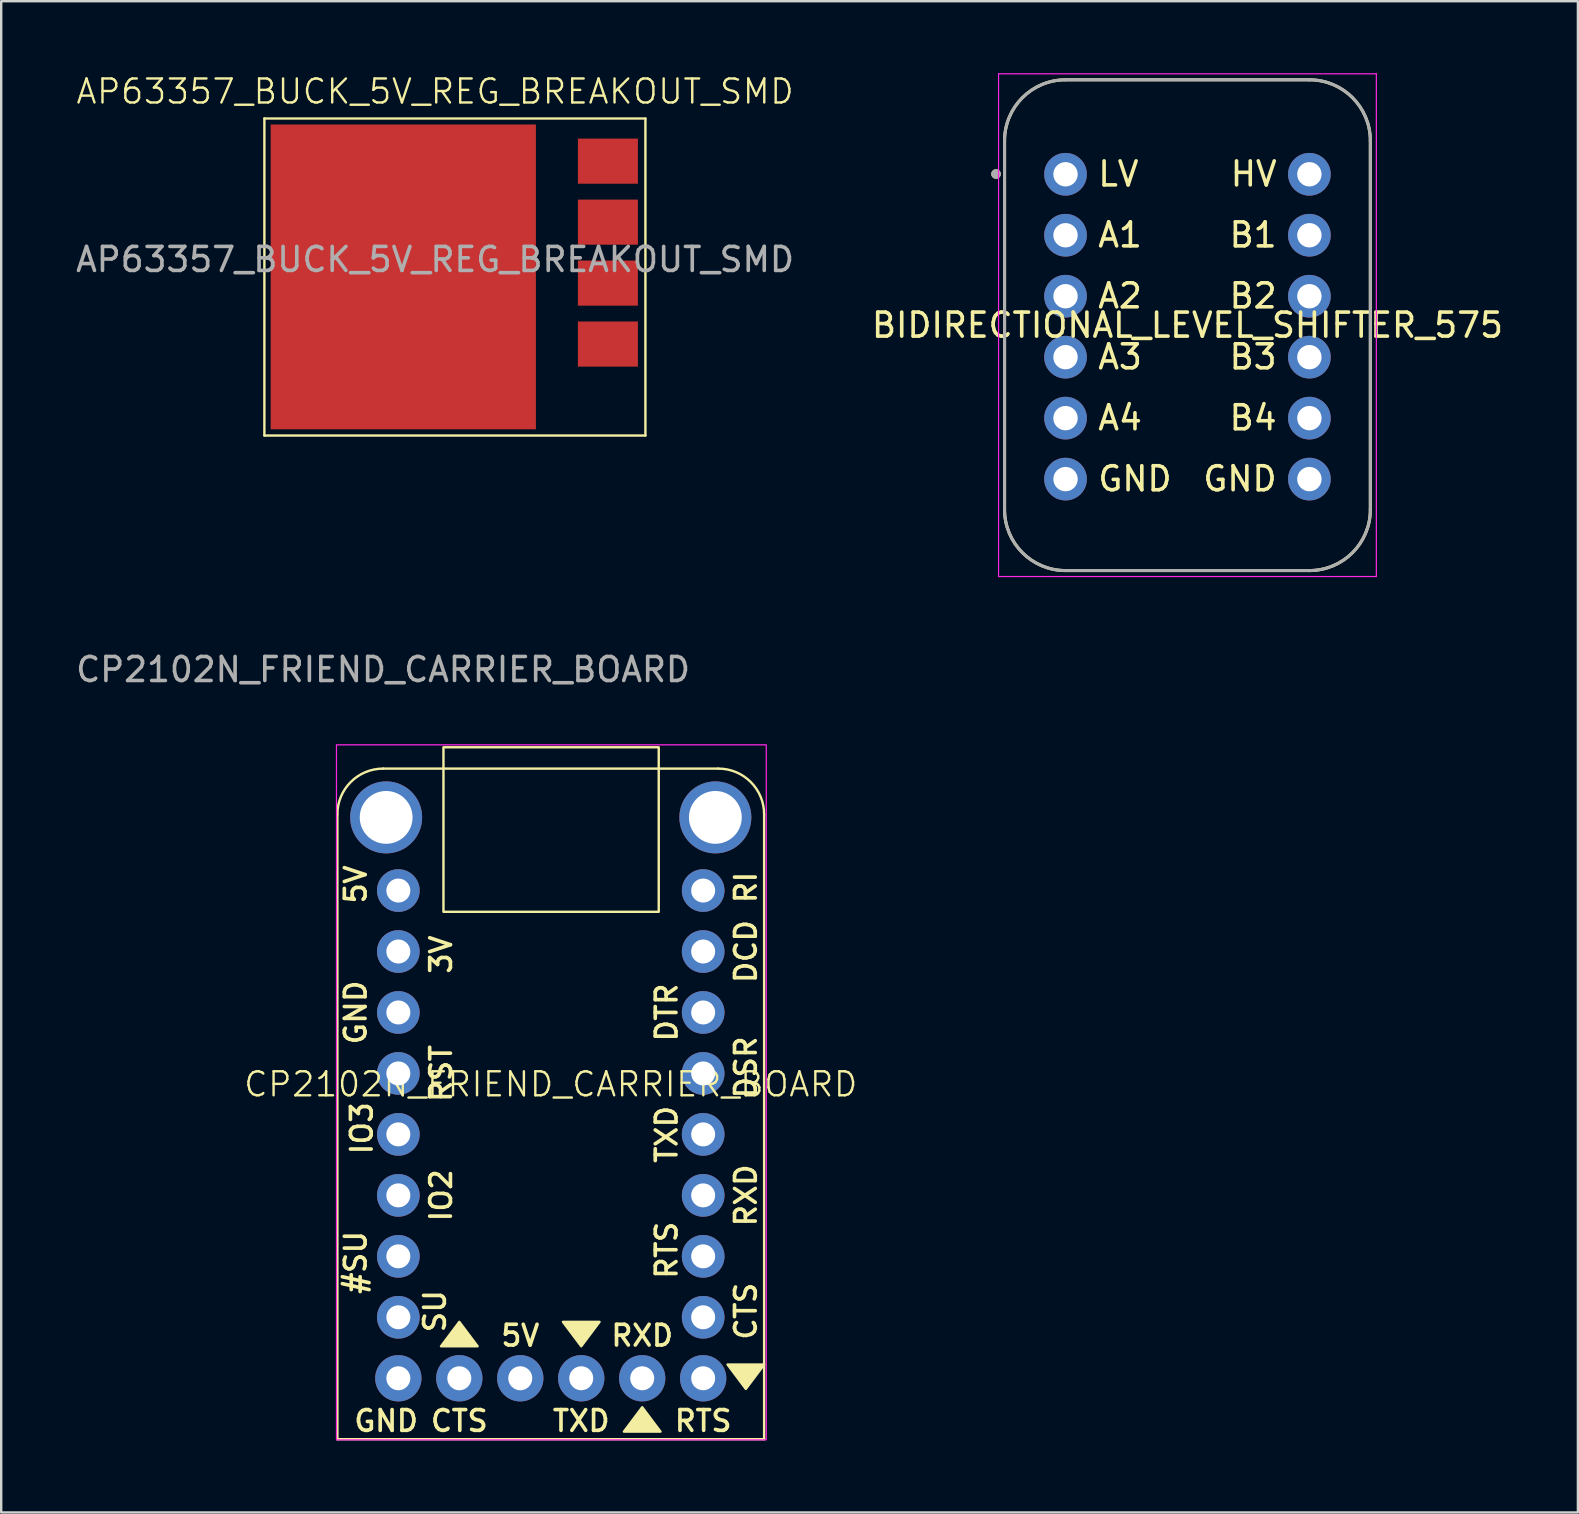
<source format=kicad_pcb>
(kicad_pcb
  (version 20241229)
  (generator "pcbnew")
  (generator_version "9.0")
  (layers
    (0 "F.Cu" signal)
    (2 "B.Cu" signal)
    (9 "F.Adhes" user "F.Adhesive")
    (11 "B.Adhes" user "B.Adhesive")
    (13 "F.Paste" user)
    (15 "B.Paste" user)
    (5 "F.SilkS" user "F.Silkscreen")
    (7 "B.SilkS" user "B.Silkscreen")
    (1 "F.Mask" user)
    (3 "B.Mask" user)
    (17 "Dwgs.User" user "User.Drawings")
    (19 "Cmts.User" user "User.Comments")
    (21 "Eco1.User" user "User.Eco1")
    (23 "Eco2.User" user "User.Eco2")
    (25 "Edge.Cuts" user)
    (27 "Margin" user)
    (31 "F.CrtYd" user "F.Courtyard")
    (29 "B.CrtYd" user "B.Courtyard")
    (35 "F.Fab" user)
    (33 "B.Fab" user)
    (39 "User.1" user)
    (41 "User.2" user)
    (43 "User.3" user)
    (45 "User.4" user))
  (footprint "CP2102N_FRIEND_CARRIER_BOARD"
    (layer "F.Cu")
    (at 19.896 42.625)
    (property "Reference" "CP2102N_FRIEND_CARRIER_BOARD" (at 0 -0.5 0) (unlocked yes) (layer "F.SilkS") (effects (font (size 1 1) (thickness 0.1))))
    (attr through_hole)
    (fp_line (start -8.89 14.287) (end -8.89 -11.748) (stroke (width 0.1) (type solid)) (layer "F.SilkS"))
    (fp_line (start -6.985 -13.652) (end 6.985 -13.652) (stroke (width 0.1) (type solid)) (layer "F.SilkS"))
    (fp_line (start 8.89 -11.748) (end 8.89 14.287) (stroke (width 0.1) (type solid)) (layer "F.SilkS"))
    (fp_line (start 8.89 14.287) (end -8.89 14.287) (stroke (width 0.1) (type solid)) (layer "F.SilkS"))
    (fp_rect (start -4.47 -14.541) (end 4.499 -7.686) (stroke (width 0.1) (type default)) (fill no) (layer "F.SilkS"))
    (fp_arc (start -8.89 -11.7475) (mid -8.332038 -13.094538) (end -6.985 -13.6525) (stroke (width 0.1) (type solid)) (layer "F.SilkS"))
    (fp_arc (start 6.985 -13.6525) (mid 8.332038 -13.094538) (end 8.89 -11.7475) (stroke (width 0.1) (type solid)) (layer "F.SilkS"))
    (fp_poly (pts (xy -3.81 9.398) (xy -4.572 10.414) (xy -3.048 10.414)) (stroke (width 0.1) (type solid)) (fill yes) (layer "F.SilkS"))
    (fp_poly (pts (xy 1.27 10.414) (xy 2.032 9.398) (xy 0.508 9.398)) (stroke (width 0.1) (type solid)) (fill yes) (layer "F.SilkS"))
    (fp_poly (pts (xy 3.81 12.954) (xy 3.048 13.97) (xy 4.572 13.97)) (stroke (width 0.1) (type solid)) (fill yes) (layer "F.SilkS"))
    (fp_poly (pts (xy 8.128 12.192) (xy 8.89 11.176) (xy 7.366 11.176)) (stroke (width 0.1) (type solid)) (fill yes) (layer "F.SilkS"))
    (fp_rect (start -8.928 -14.643) (end 8.979 14.313) (stroke (width 0.05) (type default)) (fill no) (layer "F.CrtYd"))
    (fp_text user "GND" (at -8.128 -3.493 90) (unlocked yes) (layer "F.SilkS") (effects (font (size 0.864 0.864) (thickness 0.152))))
    (fp_text user "RXD" (at 3.81 9.97 0) (unlocked yes) (layer "F.SilkS") (effects (font (size 0.864 0.864) (thickness 0.152))))
    (fp_text user "SU" (at -4.826 8.954 90) (unlocked yes) (layer "F.SilkS") (effects (font (size 0.864 0.864) (thickness 0.152))))
    (fp_text user "5V" (at -1.27 9.97 0) (unlocked yes) (layer "F.SilkS") (effects (font (size 0.864 0.864) (thickness 0.152))))
    (fp_text user "RTS" (at 6.35 13.525 0) (unlocked yes) (layer "F.SilkS") (effects (font (size 0.864 0.864) (thickness 0.152))))
    (fp_text user "IO2" (at -4.572 4.128 90) (unlocked yes) (layer "F.SilkS") (effects (font (size 0.864 0.864) (thickness 0.152))))
    (fp_text user "CTS" (at -3.81 13.525 0) (unlocked yes) (layer "F.SilkS") (effects (font (size 0.864 0.864) (thickness 0.152))))
    (fp_text user "RI" (at 8.128 -8.7 90) (unlocked yes) (layer "F.SilkS") (effects (font (size 0.864 0.864) (thickness 0.152))))
    (fp_text user "3V" (at -4.572 -5.905 90) (unlocked yes) (layer "F.SilkS") (effects (font (size 0.864 0.864) (thickness 0.152))))
    (fp_text user "RTS" (at 4.826 6.413 90) (unlocked yes) (layer "F.SilkS") (effects (font (size 0.864 0.864) (thickness 0.152))))
    (fp_text user "CTS" (at 8.128 8.954 90) (unlocked yes) (layer "F.SilkS") (effects (font (size 0.864 0.864) (thickness 0.152))))
    (fp_text user "DCD" (at 8.128 -6.032 90) (unlocked yes) (layer "F.SilkS") (effects (font (size 0.864 0.864) (thickness 0.152))))
    (fp_text user "TXD" (at 1.27 13.525 0) (unlocked yes) (layer "F.SilkS") (effects (font (size 0.864 0.864) (thickness 0.152))))
    (fp_text user "#SU" (at -8.128 6.921 90) (unlocked yes) (layer "F.SilkS") (effects (font (size 0.864 0.864) (thickness 0.152))))
    (fp_text user "DTR" (at 4.826 -3.493 90) (unlocked yes) (layer "F.SilkS") (effects (font (size 0.864 0.864) (thickness 0.152))))
    (fp_text user "5V" (at -8.128 -8.826 90) (unlocked yes) (layer "F.SilkS") (effects (font (size 0.864 0.864) (thickness 0.152))))
    (fp_text user "GND" (at -6.858 13.525 0) (unlocked yes) (layer "F.SilkS") (effects (font (size 0.864 0.864) (thickness 0.152))))
    (fp_text user "TXD" (at 4.826 1.587 90) (unlocked yes) (layer "F.SilkS") (effects (font (size 0.864 0.864) (thickness 0.152))))
    (fp_text user "DSR" (at 8.128 -1.206 90) (unlocked yes) (layer "F.SilkS") (effects (font (size 0.864 0.864) (thickness 0.152))))
    (fp_text user "RST" (at -4.572 -0.953 90) (unlocked yes) (layer "F.SilkS") (effects (font (size 0.864 0.864) (thickness 0.152))))
    (fp_text user "RXD" (at 8.128 4.128 90) (unlocked yes) (layer "F.SilkS") (effects (font (size 0.864 0.864) (thickness 0.152))))
    (fp_text user "IO3" (at -7.874 1.333 90) (unlocked yes) (layer "F.SilkS") (effects (font (size 0.864 0.864) (thickness 0.152))))
    (fp_text user "${REFERENCE}" (at -6.985 -17.78 0) (unlocked yes) (layer "F.Fab") (effects (font (size 1 1) (thickness 0.15))))
    (pad "1" thru_hole circle (at -6.35 -8.572) (size 1.778 1.778) (drill 1) (layers "*.Cu" "*.Mask"))
    (pad "2" thru_hole circle (at -6.35 -6.032) (size 1.778 1.778) (drill 1) (layers "*.Cu" "*.Mask"))
    (pad "3" thru_hole circle (at -6.35 -3.493) (size 1.778 1.778) (drill 1) (layers "*.Cu" "*.Mask"))
    (pad "4" thru_hole circle (at -6.35 -0.953) (size 1.778 1.778) (drill 1) (layers "*.Cu" "*.Mask"))
    (pad "5" thru_hole circle (at -6.35 1.587) (size 1.778 1.778) (drill 1) (layers "*.Cu" "*.Mask"))
    (pad "6" thru_hole circle (at -6.35 4.128) (size 1.778 1.778) (drill 1) (layers "*.Cu" "*.Mask"))
    (pad "7" thru_hole circle (at -6.35 6.668) (size 1.778 1.778) (drill 1) (layers "*.Cu" "*.Mask"))
    (pad "8" thru_hole circle (at -6.35 9.207) (size 1.778 1.778) (drill 1) (layers "*.Cu" "*.Mask"))
    (pad "9" thru_hole circle (at -6.35 11.748 90) (size 1.93 1.93) (drill 1) (layers "*.Cu" "*.Mask"))
    (pad "10" thru_hole circle (at -3.81 11.748 90) (size 1.93 1.93) (drill 1) (layers "*.Cu" "*.Mask"))
    (pad "11" thru_hole circle (at -1.27 11.748 90) (size 1.93 1.93) (drill 1) (layers "*.Cu" "*.Mask"))
    (pad "12" thru_hole circle (at 1.27 11.748 90) (size 1.93 1.93) (drill 1) (layers "*.Cu" "*.Mask"))
    (pad "13" thru_hole circle (at 3.81 11.748 90) (size 1.93 1.93) (drill 1) (layers "*.Cu" "*.Mask"))
    (pad "14" thru_hole circle (at 6.35 11.748 90) (size 1.93 1.93) (drill 1) (layers "*.Cu" "*.Mask"))
    (pad "15" thru_hole circle (at 6.35 9.207 180) (size 1.778 1.778) (drill 1) (layers "*.Cu" "*.Mask"))
    (pad "16" thru_hole circle (at 6.35 6.668 180) (size 1.778 1.778) (drill 1) (layers "*.Cu" "*.Mask"))
    (pad "17" thru_hole circle (at 6.35 4.128 180) (size 1.778 1.778) (drill 1) (layers "*.Cu" "*.Mask"))
    (pad "18" thru_hole circle (at 6.35 1.587 180) (size 1.778 1.778) (drill 1) (layers "*.Cu" "*.Mask"))
    (pad "19" thru_hole circle (at 6.35 -0.953 180) (size 1.778 1.778) (drill 1) (layers "*.Cu" "*.Mask"))
    (pad "20" thru_hole circle (at 6.35 -3.493 180) (size 1.778 1.778) (drill 1) (layers "*.Cu" "*.Mask"))
    (pad "21" thru_hole circle (at 6.35 -6.032 180) (size 1.778 1.778) (drill 1) (layers "*.Cu" "*.Mask"))
    (pad "22" thru_hole circle (at 6.35 -8.572 180) (size 1.778 1.778) (drill 1) (layers "*.Cu" "*.Mask"))
    (pad "NC" thru_hole circle (at -6.858 -11.62) (size 3 3) (drill 2.2) (layers "*.Cu" "*.Mask"))
    (pad "NC" thru_hole circle (at 6.858 -11.62) (size 3 3) (drill 2.2) (layers "*.Cu" "*.Mask")))
  (footprint "BIDIRECTIONAL_LEVEL_SHIFTER_575"
    (layer "F.Cu")
    (at 46.423 10.498)
    (property "Reference" "BIDIRECTIONAL_LEVEL_SHIFTER_575" (at 0 0 0) (layer "F.SilkS") (effects (font (size 1 1) (thickness 0.15))))
    (attr through_hole)
    (fp_line (start -7.62 -7.684) (end -7.62 7.682) (stroke (width 0.127) (type solid)) (layer "F.SilkS"))
    (fp_line (start -5.08 10.223) (end 5.08 10.223) (stroke (width 0.127) (type solid)) (layer "F.SilkS"))
    (fp_line (start 5.08 -10.223) (end -5.08 -10.223) (stroke (width 0.127) (type solid)) (layer "F.SilkS"))
    (fp_line (start 7.62 7.682) (end 7.62 -7.684) (stroke (width 0.127) (type solid)) (layer "F.SilkS"))
    (fp_arc (start -7.62 -7.6835) (mid -6.876051 -9.479551) (end -5.08 -10.2235) (stroke (width 0.127) (type solid)) (layer "F.SilkS"))
    (fp_arc (start -5.08 10.2235) (mid -6.876362 9.478801) (end -7.62 7.682) (stroke (width 0.127) (type solid)) (layer "F.SilkS"))
    (fp_arc (start 5.08 -10.2235) (mid 6.876051 -9.479551) (end 7.62 -7.6835) (stroke (width 0.127) (type solid)) (layer "F.SilkS"))
    (fp_arc (start 7.62 7.682) (mid 6.876362 9.478801) (end 5.08 10.2235) (stroke (width 0.127) (type solid)) (layer "F.SilkS"))
    (fp_circle (center -7.976 -6.299) (end -7.876 -6.299) (stroke (width 0.2) (type solid)) (fill no) (layer "F.SilkS"))
    (fp_line (start -7.87 -10.473) (end -7.87 10.473) (stroke (width 0.05) (type solid)) (layer "F.CrtYd"))
    (fp_line (start -7.87 10.473) (end 7.87 10.473) (stroke (width 0.05) (type solid)) (layer "F.CrtYd"))
    (fp_line (start 7.87 -10.473) (end -7.87 -10.473) (stroke (width 0.05) (type solid)) (layer "F.CrtYd"))
    (fp_line (start 7.87 10.473) (end 7.87 -10.473) (stroke (width 0.05) (type solid)) (layer "F.CrtYd"))
    (fp_line (start -7.62 -7.684) (end -7.62 7.682) (stroke (width 0.127) (type solid)) (layer "F.Fab"))
    (fp_line (start -5.08 10.223) (end 5.08 10.223) (stroke (width 0.127) (type solid)) (layer "F.Fab"))
    (fp_line (start 5.08 -10.223) (end -5.08 -10.223) (stroke (width 0.127) (type solid)) (layer "F.Fab"))
    (fp_line (start 7.62 7.682) (end 7.62 -7.684) (stroke (width 0.127) (type solid)) (layer "F.Fab"))
    (fp_arc (start -7.62 -7.6835) (mid -6.876051 -9.479551) (end -5.08 -10.2235) (stroke (width 0.127) (type solid)) (layer "F.Fab"))
    (fp_arc (start -5.08 10.2235) (mid -6.876362 9.478801) (end -7.62 7.682) (stroke (width 0.127) (type solid)) (layer "F.Fab"))
    (fp_arc (start 5.08 -10.2235) (mid 6.876051 -9.479551) (end 7.62 -7.6835) (stroke (width 0.127) (type solid)) (layer "F.Fab"))
    (fp_arc (start 7.62 7.682) (mid 6.876362 9.478801) (end 5.08 10.2235) (stroke (width 0.127) (type solid)) (layer "F.Fab"))
    (fp_circle (center -7.976 -6.299) (end -7.876 -6.299) (stroke (width 0.2) (type solid)) (fill no) (layer "F.Fab"))
    (fp_text user "B2" (at 3.81 -0.635 0) (unlocked yes) (layer "F.SilkS") (effects (font (size 1 1) (thickness 0.15)) (justify right bottom)))
    (fp_text user "GND" (at 3.81 6.985 0) (unlocked yes) (layer "F.SilkS") (effects (font (size 1 1) (thickness 0.15)) (justify right bottom)))
    (fp_text user "B3" (at 3.81 1.905 0) (unlocked yes) (layer "F.SilkS") (effects (font (size 1 1) (thickness 0.15)) (justify right bottom)))
    (fp_text user "A2" (at -3.81 -0.635 0) (unlocked yes) (layer "F.SilkS") (effects (font (size 1 1) (thickness 0.15)) (justify left bottom)))
    (fp_text user "LV" (at -3.81 -5.715 0) (unlocked yes) (layer "F.SilkS") (effects (font (size 1 1) (thickness 0.15)) (justify left bottom)))
    (fp_text user "A4" (at -3.81 4.445 0) (unlocked yes) (layer "F.SilkS") (effects (font (size 1 1) (thickness 0.15)) (justify left bottom)))
    (fp_text user "GND" (at -3.81 6.985 0) (unlocked yes) (layer "F.SilkS") (effects (font (size 1 1) (thickness 0.15)) (justify left bottom)))
    (fp_text user "HV" (at 3.81 -5.715 0) (unlocked yes) (layer "F.SilkS") (effects (font (size 1 1) (thickness 0.15)) (justify right bottom)))
    (fp_text user "A1" (at -3.81 -3.175 0) (unlocked yes) (layer "F.SilkS") (effects (font (size 1 1) (thickness 0.15)) (justify left bottom)))
    (fp_text user "A3" (at -3.81 1.905 0) (unlocked yes) (layer "F.SilkS") (effects (font (size 1 1) (thickness 0.15)) (justify left bottom)))
    (fp_text user "B4" (at 3.81 4.445 0) (unlocked yes) (layer "F.SilkS") (effects (font (size 1 1) (thickness 0.15)) (justify right bottom)))
    (fp_text user "B1" (at 3.81 -3.175 0) (unlocked yes) (layer "F.SilkS") (effects (font (size 1 1) (thickness 0.15)) (justify right bottom)))
    (pad "A1" thru_hole circle (at -5.08 -3.747) (size 1.778 1.778) (drill 1.016) (layers "*.Cu" "*.Mask"))
    (pad "A2" thru_hole circle (at -5.08 -1.206) (size 1.778 1.778) (drill 1.016) (layers "*.Cu" "*.Mask"))
    (pad "A3" thru_hole circle (at -5.08 1.333) (size 1.778 1.778) (drill 1.016) (layers "*.Cu" "*.Mask"))
    (pad "A4" thru_hole circle (at -5.08 3.873) (size 1.778 1.778) (drill 1.016) (layers "*.Cu" "*.Mask"))
    (pad "B1" thru_hole circle (at 5.08 -3.747) (size 1.778 1.778) (drill 1.016) (layers "*.Cu" "*.Mask"))
    (pad "B2" thru_hole circle (at 5.08 -1.206) (size 1.778 1.778) (drill 1.016) (layers "*.Cu" "*.Mask"))
    (pad "B3" thru_hole circle (at 5.08 1.333) (size 1.778 1.778) (drill 1.016) (layers "*.Cu" "*.Mask"))
    (pad "B4" thru_hole circle (at 5.08 3.873) (size 1.778 1.778) (drill 1.016) (layers "*.Cu" "*.Mask"))
    (pad "GND_1" thru_hole circle (at -5.08 6.413) (size 1.778 1.778) (drill 1.016) (layers "*.Cu" "*.Mask"))
    (pad "GND_2" thru_hole circle (at 5.08 6.413) (size 1.778 1.778) (drill 1.016) (layers "*.Cu" "*.Mask"))
    (pad "HV" thru_hole circle (at 5.08 -6.287) (size 1.778 1.778) (drill 1.016) (layers "*.Cu" "*.Mask"))
    (pad "LV" thru_hole circle (at -5.08 -6.287) (size 1.778 1.778) (drill 1.016) (layers "*.Cu" "*.Mask")))
  (footprint "AP63357_BUCK_5V_REG_BREAKOUT_SMD"
    (layer "F.Cu")
    (at 15.077 9.761)
    (property "Reference" "AP63357_BUCK_5V_REG_BREAKOUT_SMD" (at 0 -9 0) (unlocked yes) (layer "F.SilkS") (effects (font (size 1 1) (thickness 0.1))))
    (attr smd)
    (fp_line (start -7.112 -7.874) (end -7.112 5.334) (stroke (width 0.1) (type solid)) (layer "F.SilkS"))
    (fp_line (start -7.112 5.334) (end 8.763 5.334) (stroke (width 0.1) (type solid)) (layer "F.SilkS"))
    (fp_line (start 8.763 -7.874) (end -7.112 -7.874) (stroke (width 0.1) (type solid)) (layer "F.SilkS"))
    (fp_line (start 8.763 5.334) (end 8.763 -7.874) (stroke (width 0.1) (type solid)) (layer "F.SilkS"))
    (fp_text user "${REFERENCE}" (at 0 -2 0) (unlocked yes) (layer "F.Fab") (effects (font (size 1 1) (thickness 0.15))))
    (pad "1" smd rect (at 7.2 -6.096) (size 2.5 1.88) (layers "F.Cu" "F.Mask" "F.Paste"))
    (pad "2" smd rect (at 7.2 -3.556) (size 2.5 1.88) (layers "F.Cu" "F.Mask" "F.Paste"))
    (pad "3" smd rect (at 7.2 -1.016) (size 2.5 1.88) (layers "F.Cu" "F.Mask" "F.Paste"))
    (pad "4" smd rect (at 7.2 1.524) (size 2.5 1.88) (layers "F.Cu" "F.Mask" "F.Paste"))
    (pad "5" smd rect (at -1.325 -1.275) (size 11.05 12.7) (layers "F.Cu" "F.Mask" "F.Paste")))
  (gr_rect
    (start -3 -3)
    (end 62.69 59.963)
    (stroke (width 0.1) (type default))
    (fill no)
    (layer "Edge.Cuts")))
</source>
